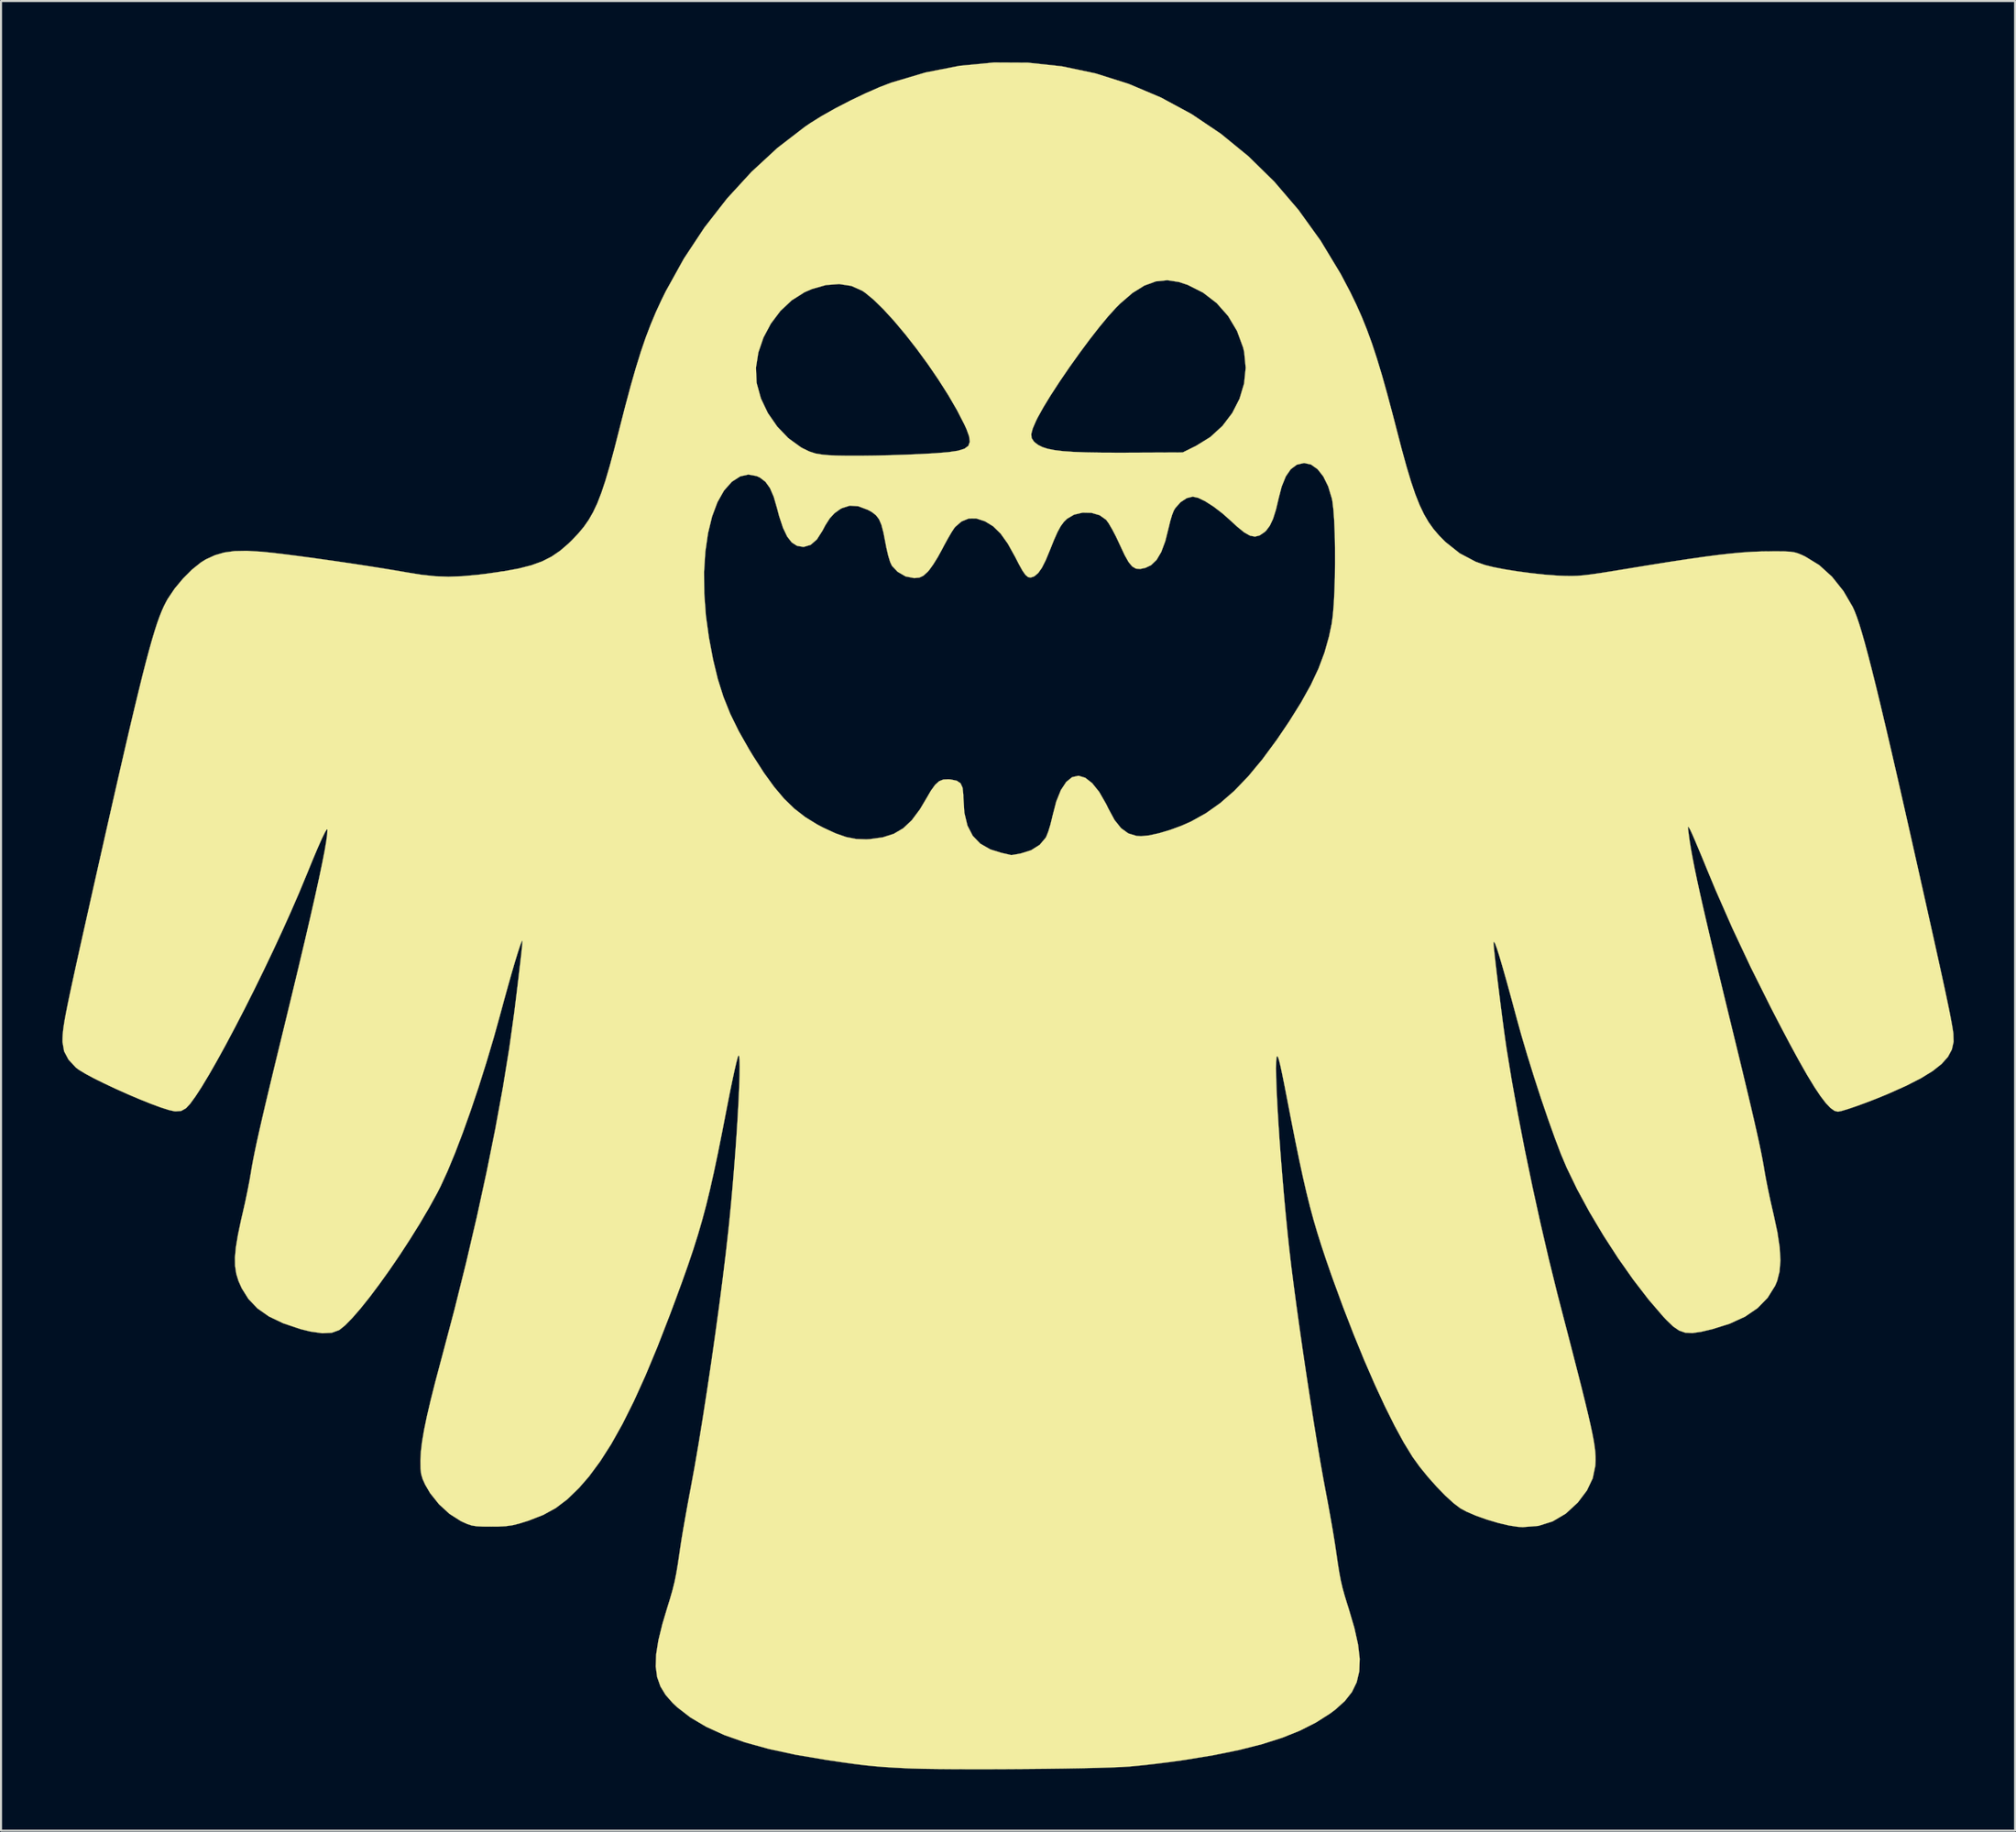
<source format=kicad_pcb>
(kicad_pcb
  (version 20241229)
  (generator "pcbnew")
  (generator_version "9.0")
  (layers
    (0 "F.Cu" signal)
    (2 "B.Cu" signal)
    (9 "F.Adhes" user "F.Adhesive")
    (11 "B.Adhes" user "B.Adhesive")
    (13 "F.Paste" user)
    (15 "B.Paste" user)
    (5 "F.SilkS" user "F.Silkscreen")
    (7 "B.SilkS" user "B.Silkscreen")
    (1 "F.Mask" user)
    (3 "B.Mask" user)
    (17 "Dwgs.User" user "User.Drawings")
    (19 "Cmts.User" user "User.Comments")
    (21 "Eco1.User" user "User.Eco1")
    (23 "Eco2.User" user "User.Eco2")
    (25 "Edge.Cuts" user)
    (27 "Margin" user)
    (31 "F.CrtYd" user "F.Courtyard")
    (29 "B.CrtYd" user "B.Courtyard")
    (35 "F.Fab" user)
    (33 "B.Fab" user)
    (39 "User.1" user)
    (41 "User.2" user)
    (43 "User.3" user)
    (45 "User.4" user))
  (footprint "F.SilkS_g837"
    (layer "F.Cu")
    (at 45.471 43.064)
    (property "Reference" "F.SilkS_g837" (at 0 0 0) (layer "F.SilkS") (effects (font (size 1.524 1.524) (thickness 0.3))))
    (attr through_hole)
    (fp_poly (pts (xy 1.721 -43.05) (xy 3.377 -42.872) (xy 5.019 -42.527) (xy 6.645 -42.013) (xy 8.213 -41.35) (xy 9.715 -40.539) (xy 11.143 -39.578) (xy 12.494 -38.474) (xy 13.76 -37.231) (xy 14.937 -35.856) (xy 16.019 -34.353) (xy 17 -32.73) (xy 17.471 -31.835) (xy 17.764 -31.23) (xy 18.033 -30.626) (xy 18.285 -30) (xy 18.529 -29.331) (xy 18.771 -28.596) (xy 19.02 -27.772) (xy 19.282 -26.838) (xy 19.566 -25.772) (xy 19.72 -25.176) (xy 19.983 -24.166) (xy 20.221 -23.303) (xy 20.441 -22.572) (xy 20.651 -21.953) (xy 20.859 -21.43) (xy 21.072 -20.984) (xy 21.297 -20.598) (xy 21.543 -20.254) (xy 21.817 -19.935) (xy 22.12 -19.629) (xy 22.819 -19.074) (xy 23.6 -18.662) (xy 24.045 -18.504) (xy 24.472 -18.398) (xy 25.024 -18.291) (xy 25.656 -18.19) (xy 26.325 -18.101) (xy 26.986 -18.03) (xy 27.594 -17.985) (xy 27.644 -17.982) (xy 27.979 -17.969) (xy 28.277 -17.965) (xy 28.569 -17.974) (xy 28.885 -18) (xy 29.256 -18.045) (xy 29.712 -18.111) (xy 30.285 -18.202) (xy 30.734 -18.276) (xy 31.944 -18.475) (xy 33.003 -18.644) (xy 33.928 -18.785) (xy 34.736 -18.901) (xy 35.442 -18.993) (xy 36.063 -19.063) (xy 36.614 -19.114) (xy 37.113 -19.147) (xy 37.574 -19.165) (xy 37.846 -19.169) (xy 38.346 -19.171) (xy 38.711 -19.167) (xy 38.979 -19.152) (xy 39.183 -19.121) (xy 39.359 -19.069) (xy 39.544 -18.992) (xy 39.709 -18.914) (xy 40.386 -18.499) (xy 41.011 -17.933) (xy 41.57 -17.231) (xy 42.026 -16.451) (xy 42.121 -16.24) (xy 42.227 -15.964) (xy 42.344 -15.617) (xy 42.474 -15.19) (xy 42.62 -14.678) (xy 42.783 -14.072) (xy 42.965 -13.365) (xy 43.168 -12.551) (xy 43.393 -11.622) (xy 43.642 -10.57) (xy 43.918 -9.389) (xy 44.221 -8.072) (xy 44.554 -6.611) (xy 44.918 -4.998) (xy 45.316 -3.228) (xy 45.327 -3.175) (xy 45.606 -1.932) (xy 45.849 -0.843) (xy 46.06 0.106) (xy 46.241 0.924) (xy 46.395 1.625) (xy 46.524 2.22) (xy 46.63 2.722) (xy 46.718 3.141) (xy 46.788 3.49) (xy 46.843 3.781) (xy 46.887 4.025) (xy 46.921 4.235) (xy 46.943 4.387) (xy 46.956 4.794) (xy 46.871 5.174) (xy 46.679 5.533) (xy 46.369 5.881) (xy 45.933 6.226) (xy 45.36 6.578) (xy 44.642 6.945) (xy 43.769 7.335) (xy 43.646 7.387) (xy 43.15 7.589) (xy 42.657 7.779) (xy 42.196 7.947) (xy 41.798 8.082) (xy 41.492 8.174) (xy 41.31 8.212) (xy 41.298 8.213) (xy 41.133 8.169) (xy 40.94 8.032) (xy 40.715 7.796) (xy 40.452 7.453) (xy 40.147 6.995) (xy 39.795 6.416) (xy 39.393 5.709) (xy 38.934 4.865) (xy 38.415 3.879) (xy 38.03 3.133) (xy 37.039 1.148) (xy 36.142 -0.76) (xy 35.317 -2.637) (xy 34.889 -3.667) (xy 34.679 -4.179) (xy 34.482 -4.65) (xy 34.312 -5.053) (xy 34.178 -5.36) (xy 34.093 -5.546) (xy 34.079 -5.572) (xy 34.003 -5.702) (xy 33.974 -5.711) (xy 33.981 -5.582) (xy 34.001 -5.419) (xy 34.049 -5.062) (xy 34.113 -4.663) (xy 34.195 -4.21) (xy 34.296 -3.692) (xy 34.42 -3.097) (xy 34.569 -2.415) (xy 34.746 -1.634) (xy 34.953 -0.743) (xy 35.191 0.269) (xy 35.465 1.412) (xy 35.776 2.7) (xy 36.076 3.931) (xy 36.371 5.143) (xy 36.629 6.205) (xy 36.85 7.129) (xy 37.04 7.929) (xy 37.201 8.618) (xy 37.335 9.21) (xy 37.447 9.717) (xy 37.539 10.154) (xy 37.613 10.534) (xy 37.674 10.869) (xy 37.714 11.109) (xy 37.784 11.5) (xy 37.883 11.997) (xy 37.999 12.545) (xy 38.122 13.086) (xy 38.155 13.226) (xy 38.344 14.104) (xy 38.456 14.85) (xy 38.491 15.483) (xy 38.449 16.022) (xy 38.332 16.486) (xy 38.232 16.722) (xy 37.865 17.31) (xy 37.378 17.81) (xy 36.763 18.23) (xy 36.008 18.576) (xy 35.172 18.838) (xy 34.621 18.969) (xy 34.191 19.031) (xy 33.844 19.014) (xy 33.542 18.909) (xy 33.249 18.708) (xy 32.927 18.399) (xy 32.774 18.237) (xy 32.047 17.391) (xy 31.301 16.422) (xy 30.556 15.363) (xy 29.837 14.252) (xy 29.164 13.122) (xy 28.56 12.009) (xy 28.047 10.948) (xy 27.767 10.287) (xy 27.462 9.483) (xy 27.131 8.556) (xy 26.788 7.549) (xy 26.448 6.502) (xy 26.124 5.459) (xy 25.829 4.461) (xy 25.613 3.683) (xy 25.342 2.678) (xy 25.11 1.834) (xy 24.915 1.148) (xy 24.758 0.615) (xy 24.636 0.233) (xy 24.548 -0.003) (xy 24.494 -0.095) (xy 24.472 -0.048) (xy 24.471 -0.038) (xy 24.48 0.108) (xy 24.508 0.396) (xy 24.552 0.801) (xy 24.609 1.296) (xy 24.676 1.854) (xy 24.75 2.452) (xy 24.826 3.061) (xy 24.903 3.658) (xy 24.977 4.215) (xy 25.045 4.707) (xy 25.103 5.108) (xy 25.112 5.165) (xy 25.364 6.698) (xy 25.663 8.353) (xy 26.001 10.09) (xy 26.37 11.87) (xy 26.762 13.654) (xy 27.168 15.402) (xy 27.581 17.077) (xy 27.73 17.653) (xy 28.051 18.887) (xy 28.331 19.969) (xy 28.573 20.911) (xy 28.78 21.725) (xy 28.953 22.423) (xy 29.096 23.017) (xy 29.21 23.518) (xy 29.3 23.939) (xy 29.367 24.291) (xy 29.413 24.586) (xy 29.442 24.837) (xy 29.456 25.055) (xy 29.458 25.251) (xy 29.45 25.438) (xy 29.444 25.521) (xy 29.318 26.13) (xy 29.038 26.72) (xy 28.595 27.307) (xy 28.583 27.321) (xy 27.999 27.858) (xy 27.358 28.236) (xy 26.66 28.455) (xy 25.903 28.514) (xy 25.666 28.501) (xy 25.224 28.434) (xy 24.7 28.31) (xy 24.145 28.145) (xy 23.61 27.955) (xy 23.148 27.757) (xy 22.848 27.594) (xy 22.514 27.34) (xy 22.117 26.977) (xy 21.689 26.537) (xy 21.259 26.054) (xy 20.858 25.559) (xy 20.517 25.086) (xy 20.501 25.061) (xy 20.084 24.381) (xy 19.633 23.553) (xy 19.155 22.594) (xy 18.658 21.519) (xy 18.148 20.345) (xy 17.634 19.088) (xy 17.121 17.765) (xy 16.618 16.392) (xy 16.519 16.112) (xy 16.275 15.408) (xy 16.057 14.751) (xy 15.859 14.121) (xy 15.675 13.495) (xy 15.501 12.851) (xy 15.331 12.167) (xy 15.159 11.421) (xy 14.98 10.593) (xy 14.788 9.659) (xy 14.578 8.597) (xy 14.389 7.62) (xy 14.254 6.928) (xy 14.146 6.39) (xy 14.061 5.991) (xy 13.995 5.719) (xy 13.944 5.559) (xy 13.907 5.499) (xy 13.878 5.523) (xy 13.871 5.546) (xy 13.848 5.741) (xy 13.84 6.087) (xy 13.848 6.568) (xy 13.87 7.167) (xy 13.904 7.866) (xy 13.95 8.65) (xy 14.006 9.5) (xy 14.072 10.4) (xy 14.146 11.333) (xy 14.227 12.283) (xy 14.314 13.231) (xy 14.406 14.162) (xy 14.485 14.901) (xy 14.578 15.701) (xy 14.696 16.629) (xy 14.833 17.656) (xy 14.986 18.755) (xy 15.151 19.9) (xy 15.324 21.062) (xy 15.5 22.214) (xy 15.675 23.329) (xy 15.846 24.38) (xy 16.008 25.34) (xy 16.157 26.179) (xy 16.262 26.74) (xy 16.38 27.361) (xy 16.499 28.019) (xy 16.611 28.66) (xy 16.705 29.235) (xy 16.77 29.662) (xy 16.857 30.261) (xy 16.933 30.735) (xy 17.008 31.131) (xy 17.092 31.493) (xy 17.195 31.865) (xy 17.326 32.292) (xy 17.396 32.512) (xy 17.671 33.445) (xy 17.85 34.253) (xy 17.931 34.953) (xy 17.909 35.562) (xy 17.783 36.097) (xy 17.549 36.576) (xy 17.204 37.014) (xy 16.744 37.429) (xy 16.475 37.63) (xy 15.788 38.066) (xy 15.014 38.458) (xy 14.14 38.809) (xy 13.152 39.123) (xy 12.037 39.406) (xy 10.782 39.661) (xy 9.373 39.893) (xy 9.229 39.914) (xy 8.64 39.995) (xy 8.007 40.074) (xy 7.392 40.145) (xy 6.854 40.199) (xy 6.646 40.217) (xy 6.262 40.24) (xy 5.732 40.261) (xy 5.076 40.281) (xy 4.319 40.298) (xy 3.481 40.313) (xy 2.587 40.325) (xy 1.657 40.334) (xy 0.715 40.341) (xy -0.217 40.345) (xy -1.117 40.345) (xy -1.962 40.342) (xy -2.73 40.335) (xy -3.399 40.325) (xy -3.946 40.311) (xy -4.191 40.301) (xy -4.783 40.271) (xy -5.293 40.24) (xy -5.76 40.202) (xy -6.225 40.155) (xy -6.727 40.093) (xy -7.308 40.013) (xy -8.007 39.911) (xy -8.17 39.886) (xy -9.637 39.638) (xy -10.946 39.355) (xy -12.105 39.035) (xy -13.124 38.675) (xy -14.011 38.27) (xy -14.774 37.819) (xy -15.423 37.318) (xy -15.646 37.108) (xy -15.991 36.715) (xy -16.244 36.299) (xy -16.404 35.843) (xy -16.473 35.328) (xy -16.453 34.737) (xy -16.344 34.05) (xy -16.148 33.25) (xy -15.928 32.512) (xy -15.772 32.008) (xy -15.65 31.581) (xy -15.552 31.185) (xy -15.469 30.772) (xy -15.389 30.296) (xy -15.302 29.709) (xy -15.279 29.549) (xy -15.221 29.17) (xy -15.138 28.666) (xy -15.035 28.078) (xy -14.922 27.447) (xy -14.804 26.814) (xy -14.768 26.628) (xy -14.579 25.601) (xy -14.379 24.437) (xy -14.172 23.167) (xy -13.963 21.822) (xy -13.756 20.435) (xy -13.556 19.036) (xy -13.367 17.657) (xy -13.195 16.33) (xy -13.043 15.085) (xy -12.916 13.953) (xy -12.874 13.547) (xy -12.789 12.671) (xy -12.71 11.782) (xy -12.637 10.894) (xy -12.571 10.023) (xy -12.513 9.184) (xy -12.464 8.392) (xy -12.424 7.664) (xy -12.395 7.013) (xy -12.377 6.456) (xy -12.371 6.007) (xy -12.378 5.682) (xy -12.398 5.496) (xy -12.431 5.461) (xy -12.469 5.563) (xy -12.534 5.81) (xy -12.62 6.18) (xy -12.722 6.653) (xy -12.837 7.206) (xy -12.958 7.818) (xy -12.994 8.001) (xy -13.225 9.19) (xy -13.435 10.238) (xy -13.632 11.169) (xy -13.821 12.009) (xy -14.009 12.783) (xy -14.205 13.515) (xy -14.414 14.232) (xy -14.643 14.959) (xy -14.9 15.72) (xy -15.192 16.542) (xy -15.525 17.448) (xy -15.791 18.161) (xy -16.397 19.721) (xy -16.981 21.122) (xy -17.548 22.373) (xy -18.103 23.482) (xy -18.65 24.458) (xy -19.194 25.308) (xy -19.738 26.043) (xy -20.219 26.596) (xy -20.791 27.152) (xy -21.358 27.582) (xy -21.971 27.919) (xy -22.681 28.196) (xy -22.725 28.211) (xy -23.144 28.341) (xy -23.481 28.424) (xy -23.803 28.469) (xy -24.179 28.488) (xy -24.513 28.49) (xy -24.933 28.487) (xy -25.234 28.472) (xy -25.464 28.435) (xy -25.675 28.367) (xy -25.914 28.26) (xy -26.008 28.214) (xy -26.551 27.869) (xy -27.063 27.401) (xy -27.499 26.856) (xy -27.741 26.441) (xy -27.864 26.168) (xy -27.936 25.929) (xy -27.968 25.66) (xy -27.973 25.296) (xy -27.972 25.231) (xy -27.95 24.821) (xy -27.892 24.34) (xy -27.796 23.772) (xy -27.658 23.104) (xy -27.475 22.321) (xy -27.245 21.409) (xy -26.964 20.352) (xy -26.921 20.193) (xy -26.313 17.897) (xy -25.744 15.614) (xy -25.219 13.367) (xy -24.741 11.173) (xy -24.314 9.054) (xy -23.943 7.028) (xy -23.632 5.117) (xy -23.384 3.338) (xy -23.369 3.217) (xy -23.257 2.303) (xy -23.166 1.549) (xy -23.095 0.944) (xy -23.042 0.481) (xy -23.008 0.15) (xy -22.991 -0.057) (xy -22.99 -0.15) (xy -22.992 -0.156) (xy -23.031 -0.098) (xy -23.107 0.106) (xy -23.216 0.44) (xy -23.353 0.887) (xy -23.512 1.429) (xy -23.688 2.049) (xy -23.877 2.731) (xy -24.043 3.344) (xy -24.386 4.58) (xy -24.751 5.808) (xy -25.13 7.009) (xy -25.517 8.16) (xy -25.903 9.242) (xy -26.281 10.232) (xy -26.644 11.109) (xy -26.985 11.854) (xy -27.155 12.19) (xy -27.557 12.919) (xy -28.003 13.677) (xy -28.481 14.445) (xy -28.977 15.207) (xy -29.48 15.944) (xy -29.978 16.639) (xy -30.456 17.276) (xy -30.904 17.835) (xy -31.308 18.3) (xy -31.655 18.654) (xy -31.934 18.878) (xy -31.951 18.888) (xy -32.304 19.017) (xy -32.771 19.04) (xy -33.359 18.956) (xy -33.836 18.837) (xy -34.681 18.553) (xy -35.376 18.221) (xy -35.937 17.828) (xy -36.378 17.366) (xy -36.701 16.852) (xy -36.863 16.493) (xy -36.973 16.137) (xy -37.031 15.758) (xy -37.038 15.333) (xy -36.992 14.834) (xy -36.893 14.238) (xy -36.741 13.518) (xy -36.651 13.13) (xy -36.538 12.629) (xy -36.426 12.092) (xy -36.328 11.59) (xy -36.272 11.267) (xy -36.216 10.932) (xy -36.149 10.568) (xy -36.068 10.162) (xy -35.97 9.698) (xy -35.851 9.163) (xy -35.709 8.542) (xy -35.54 7.82) (xy -35.341 6.984) (xy -35.109 6.02) (xy -34.839 4.911) (xy -34.705 4.36) (xy -34.305 2.715) (xy -33.948 1.23) (xy -33.632 -0.099) (xy -33.358 -1.276) (xy -33.124 -2.304) (xy -32.93 -3.188) (xy -32.774 -3.932) (xy -32.655 -4.538) (xy -32.574 -5.012) (xy -32.529 -5.356) (xy -32.518 -5.575) (xy -32.518 -5.575) (xy -32.551 -5.585) (xy -32.64 -5.44) (xy -32.784 -5.146) (xy -32.979 -4.708) (xy -33.224 -4.13) (xy -33.516 -3.417) (xy -33.546 -3.344) (xy -33.907 -2.474) (xy -34.305 -1.558) (xy -34.732 -0.609) (xy -35.18 0.356) (xy -35.643 1.325) (xy -36.112 2.283) (xy -36.581 3.215) (xy -37.043 4.107) (xy -37.488 4.946) (xy -37.912 5.716) (xy -38.305 6.403) (xy -38.66 6.994) (xy -38.971 7.473) (xy -39.229 7.827) (xy -39.428 8.041) (xy -39.441 8.051) (xy -39.667 8.176) (xy -39.937 8.196) (xy -40.005 8.19) (xy -40.278 8.129) (xy -40.671 8.003) (xy -41.155 7.824) (xy -41.702 7.604) (xy -42.281 7.358) (xy -42.866 7.096) (xy -43.426 6.833) (xy -43.933 6.582) (xy -44.358 6.353) (xy -44.673 6.162) (xy -44.809 6.059) (xy -45.174 5.666) (xy -45.387 5.262) (xy -45.465 4.816) (xy -45.466 4.751) (xy -45.463 4.595) (xy -45.454 4.428) (xy -45.436 4.24) (xy -45.406 4.016) (xy -45.362 3.744) (xy -45.301 3.413) (xy -45.221 3.008) (xy -45.119 2.517) (xy -44.993 1.929) (xy -44.841 1.229) (xy -44.659 0.406) (xy -44.445 -0.553) (xy -44.197 -1.66) (xy -44.114 -2.032) (xy -43.712 -3.819) (xy -43.344 -5.448) (xy -43.009 -6.929) (xy -42.703 -8.268) (xy -42.426 -9.473) (xy -42.174 -10.554) (xy -41.946 -11.517) (xy -41.739 -12.371) (xy -41.553 -13.124) (xy -41.384 -13.784) (xy -41.23 -14.359) (xy -41.09 -14.856) (xy -40.961 -15.285) (xy -40.842 -15.654) (xy -40.73 -15.969) (xy -40.623 -16.239) (xy -40.52 -16.473) (xy -40.417 -16.678) (xy -40.325 -16.844) (xy -39.987 -17.347) (xy -39.577 -17.839) (xy -39.136 -18.28) (xy -38.701 -18.629) (xy -38.461 -18.777) (xy -38.019 -18.98) (xy -37.564 -19.113) (xy -37.059 -19.183) (xy -36.467 -19.195) (xy -35.751 -19.153) (xy -35.698 -19.148) (xy -35.216 -19.099) (xy -34.598 -19.026) (xy -33.874 -18.933) (xy -33.076 -18.825) (xy -32.233 -18.706) (xy -31.378 -18.581) (xy -30.539 -18.453) (xy -29.749 -18.328) (xy -29.037 -18.21) (xy -28.66 -18.144) (xy -27.914 -18.024) (xy -27.247 -17.953) (xy -26.604 -17.93) (xy -25.932 -17.954) (xy -25.176 -18.023) (xy -24.765 -18.073) (xy -24.097 -18.168) (xy -14.112 -18.168) (xy -14.103 -17.12) (xy -14.022 -16.024) (xy -13.874 -14.954) (xy -13.671 -13.878) (xy -13.44 -12.927) (xy -13.165 -12.057) (xy -12.83 -11.224) (xy -12.418 -10.384) (xy -11.912 -9.494) (xy -11.726 -9.187) (xy -11.189 -8.352) (xy -10.685 -7.656) (xy -10.195 -7.076) (xy -9.696 -6.593) (xy -9.168 -6.184) (xy -8.59 -5.827) (xy -8.292 -5.67) (xy -7.685 -5.389) (xy -7.162 -5.207) (xy -6.678 -5.113) (xy -6.189 -5.096) (xy -6.016 -5.105) (xy -5.38 -5.193) (xy -4.841 -5.365) (xy -4.375 -5.639) (xy -3.957 -6.034) (xy -3.561 -6.565) (xy -3.27 -7.054) (xy -3.024 -7.476) (xy -2.817 -7.763) (xy -2.622 -7.937) (xy -2.414 -8.019) (xy -2.164 -8.03) (xy -2.057 -8.02) (xy -1.763 -7.96) (xy -1.578 -7.837) (xy -1.478 -7.621) (xy -1.441 -7.28) (xy -1.439 -7.142) (xy -1.39 -6.39) (xy -1.24 -5.768) (xy -0.981 -5.268) (xy -0.609 -4.883) (xy -0.117 -4.603) (xy 0.423 -4.435) (xy 0.678 -4.378) (xy 0.851 -4.338) (xy 0.899 -4.325) (xy 0.979 -4.336) (xy 1.178 -4.37) (xy 1.362 -4.404) (xy 1.874 -4.565) (xy 2.29 -4.827) (xy 2.582 -5.171) (xy 2.613 -5.228) (xy 2.709 -5.468) (xy 2.813 -5.806) (xy 2.904 -6.175) (xy 2.913 -6.219) (xy 3.1 -6.942) (xy 3.327 -7.503) (xy 3.588 -7.9) (xy 3.877 -8.134) (xy 4.189 -8.203) (xy 4.517 -8.105) (xy 4.856 -7.842) (xy 5.201 -7.411) (xy 5.544 -6.812) (xy 5.645 -6.604) (xy 5.947 -6.044) (xy 6.268 -5.642) (xy 6.622 -5.386) (xy 7.023 -5.264) (xy 7.243 -5.249) (xy 7.632 -5.288) (xy 8.122 -5.395) (xy 8.666 -5.557) (xy 9.217 -5.759) (xy 9.695 -5.971) (xy 10.417 -6.374) (xy 11.113 -6.866) (xy 11.795 -7.459) (xy 12.477 -8.167) (xy 13.171 -9.002) (xy 13.889 -9.976) (xy 14.482 -10.853) (xy 15.066 -11.787) (xy 15.54 -12.638) (xy 15.916 -13.438) (xy 16.209 -14.219) (xy 16.433 -15.011) (xy 16.561 -15.625) (xy 16.617 -16.037) (xy 16.662 -16.573) (xy 16.695 -17.202) (xy 16.717 -17.893) (xy 16.726 -18.616) (xy 16.724 -19.339) (xy 16.711 -20.031) (xy 16.685 -20.661) (xy 16.647 -21.198) (xy 16.598 -21.611) (xy 16.572 -21.747) (xy 16.392 -22.343) (xy 16.155 -22.826) (xy 15.873 -23.185) (xy 15.556 -23.41) (xy 15.217 -23.488) (xy 14.867 -23.409) (xy 14.858 -23.404) (xy 14.564 -23.187) (xy 14.319 -22.834) (xy 14.117 -22.334) (xy 13.977 -21.793) (xy 13.836 -21.202) (xy 13.694 -20.754) (xy 13.538 -20.424) (xy 13.36 -20.185) (xy 13.277 -20.108) (xy 13.041 -19.949) (xy 12.812 -19.89) (xy 12.565 -19.939) (xy 12.276 -20.104) (xy 11.923 -20.393) (xy 11.682 -20.617) (xy 11.236 -21.014) (xy 10.795 -21.353) (xy 10.386 -21.615) (xy 10.035 -21.785) (xy 9.772 -21.844) (xy 9.475 -21.77) (xy 9.175 -21.572) (xy 8.921 -21.288) (xy 8.844 -21.16) (xy 8.762 -20.952) (xy 8.671 -20.646) (xy 8.598 -20.344) (xy 8.427 -19.663) (xy 8.231 -19.137) (xy 8.004 -18.753) (xy 7.736 -18.496) (xy 7.46 -18.365) (xy 7.205 -18.31) (xy 6.996 -18.326) (xy 6.814 -18.432) (xy 6.637 -18.644) (xy 6.447 -18.981) (xy 6.223 -19.46) (xy 6.216 -19.474) (xy 6.028 -19.876) (xy 5.836 -20.244) (xy 5.665 -20.537) (xy 5.538 -20.712) (xy 5.223 -20.935) (xy 4.824 -21.052) (xy 4.391 -21.063) (xy 3.973 -20.964) (xy 3.634 -20.767) (xy 3.468 -20.604) (xy 3.316 -20.396) (xy 3.162 -20.114) (xy 2.989 -19.726) (xy 2.804 -19.262) (xy 2.588 -18.741) (xy 2.398 -18.365) (xy 2.22 -18.112) (xy 2.042 -17.961) (xy 1.992 -17.935) (xy 1.851 -17.891) (xy 1.726 -17.912) (xy 1.599 -18.016) (xy 1.452 -18.224) (xy 1.269 -18.553) (xy 1.092 -18.899) (xy 0.735 -19.543) (xy 0.383 -20.036) (xy 0.016 -20.395) (xy -0.382 -20.639) (xy -0.817 -20.78) (xy -1.172 -20.776) (xy -1.528 -20.631) (xy -1.836 -20.367) (xy -1.883 -20.308) (xy -2.014 -20.108) (xy -2.191 -19.806) (xy -2.386 -19.451) (xy -2.491 -19.249) (xy -2.693 -18.881) (xy -2.908 -18.536) (xy -3.101 -18.265) (xy -3.183 -18.17) (xy -3.397 -17.977) (xy -3.59 -17.887) (xy -3.841 -17.865) (xy -3.844 -17.865) (xy -4.262 -17.945) (xy -4.652 -18.172) (xy -4.927 -18.46) (xy -5.016 -18.648) (xy -5.113 -18.966) (xy -5.207 -19.375) (xy -5.244 -19.571) (xy -5.344 -20.086) (xy -5.443 -20.465) (xy -5.559 -20.737) (xy -5.709 -20.935) (xy -5.908 -21.089) (xy -6.11 -21.2) (xy -6.578 -21.376) (xy -6.991 -21.402) (xy -7.376 -21.28) (xy -7.465 -21.23) (xy -7.739 -21.032) (xy -7.967 -20.785) (xy -8.185 -20.445) (xy -8.325 -20.18) (xy -8.599 -19.751) (xy -8.902 -19.488) (xy -9.236 -19.389) (xy -9.271 -19.389) (xy -9.567 -19.44) (xy -9.824 -19.604) (xy -10.049 -19.892) (xy -10.252 -20.317) (xy -10.442 -20.891) (xy -10.54 -21.262) (xy -10.706 -21.835) (xy -10.891 -22.263) (xy -11.109 -22.567) (xy -11.375 -22.772) (xy -11.542 -22.849) (xy -11.948 -22.924) (xy -12.346 -22.834) (xy -12.746 -22.577) (xy -12.756 -22.569) (xy -13.137 -22.141) (xy -13.46 -21.569) (xy -13.721 -20.87) (xy -13.918 -20.059) (xy -14.049 -19.153) (xy -14.112 -18.168) (xy -24.097 -18.168) (xy -23.89 -18.197) (xy -23.158 -18.334) (xy -22.544 -18.492) (xy -22.021 -18.682) (xy -21.564 -18.914) (xy -21.148 -19.198) (xy -20.745 -19.544) (xy -20.567 -19.718) (xy -20.26 -20.041) (xy -19.99 -20.364) (xy -19.751 -20.706) (xy -19.534 -21.084) (xy -19.33 -21.517) (xy -19.133 -22.025) (xy -18.933 -22.624) (xy -18.724 -23.335) (xy -18.497 -24.176) (xy -18.257 -25.116) (xy -17.965 -26.259) (xy -17.697 -27.257) (xy -17.446 -28.134) (xy -17.441 -28.15) (xy -11.575 -28.15) (xy -11.546 -27.429) (xy -11.537 -27.377) (xy -11.334 -26.641) (xy -10.993 -25.927) (xy -10.537 -25.269) (xy -9.993 -24.701) (xy -9.384 -24.259) (xy -9.288 -24.206) (xy -8.966 -24.05) (xy -8.668 -23.953) (xy -8.319 -23.895) (xy -8.043 -23.87) (xy -7.642 -23.851) (xy -7.105 -23.842) (xy -6.463 -23.842) (xy -5.749 -23.851) (xy -4.996 -23.869) (xy -4.236 -23.894) (xy -3.501 -23.926) (xy -2.823 -23.964) (xy -2.794 -23.966) (xy -2.172 -24.017) (xy -1.707 -24.086) (xy -1.385 -24.185) (xy -1.195 -24.327) (xy -1.124 -24.525) (xy -1.158 -24.792) (xy -1.198 -24.903) (xy 1.879 -24.903) (xy 1.897 -24.706) (xy 2.002 -24.544) (xy 2.053 -24.494) (xy 2.216 -24.37) (xy 2.42 -24.267) (xy 2.68 -24.183) (xy 3.011 -24.117) (xy 3.428 -24.066) (xy 3.946 -24.03) (xy 4.58 -24.006) (xy 5.346 -23.993) (xy 6.258 -23.99) (xy 6.778 -23.992) (xy 9.28 -24.003) (xy 9.937 -24.328) (xy 10.631 -24.757) (xy 11.222 -25.298) (xy 11.701 -25.928) (xy 12.058 -26.626) (xy 12.281 -27.37) (xy 12.36 -28.138) (xy 12.286 -28.909) (xy 12.236 -29.125) (xy 11.935 -29.942) (xy 11.499 -30.672) (xy 10.942 -31.301) (xy 10.278 -31.812) (xy 9.522 -32.193) (xy 9.1 -32.333) (xy 8.531 -32.421) (xy 7.969 -32.364) (xy 7.404 -32.157) (xy 6.824 -31.796) (xy 6.22 -31.275) (xy 6.023 -31.078) (xy 5.638 -30.654) (xy 5.196 -30.12) (xy 4.717 -29.505) (xy 4.222 -28.837) (xy 3.729 -28.146) (xy 3.26 -27.458) (xy 2.833 -26.803) (xy 2.47 -26.209) (xy 2.19 -25.704) (xy 2.111 -25.544) (xy 1.95 -25.171) (xy 1.879 -24.903) (xy -1.198 -24.903) (xy -1.285 -25.141) (xy -1.395 -25.381) (xy -1.747 -26.065) (xy -2.171 -26.797) (xy -2.653 -27.554) (xy -3.174 -28.317) (xy -3.72 -29.064) (xy -4.274 -29.773) (xy -4.82 -30.424) (xy -5.342 -30.995) (xy -5.823 -31.466) (xy -6.248 -31.815) (xy -6.38 -31.904) (xy -6.91 -32.141) (xy -7.509 -32.233) (xy -8.159 -32.183) (xy -8.839 -31.99) (xy -9.205 -31.831) (xy -9.828 -31.437) (xy -10.381 -30.918) (xy -10.846 -30.301) (xy -11.211 -29.615) (xy -11.459 -28.888) (xy -11.575 -28.15) (xy -17.441 -28.15) (xy -17.205 -28.911) (xy -16.966 -29.611) (xy -16.721 -30.255) (xy -16.464 -30.867) (xy -16.186 -31.468) (xy -15.986 -31.873) (xy -15.097 -33.476) (xy -14.094 -34.993) (xy -12.989 -36.411) (xy -11.795 -37.713) (xy -10.526 -38.885) (xy -9.192 -39.912) (xy -8.932 -40.09) (xy -8.368 -40.442) (xy -7.694 -40.821) (xy -6.962 -41.2) (xy -6.222 -41.554) (xy -5.524 -41.86) (xy -4.965 -42.074) (xy -3.292 -42.571) (xy -1.618 -42.899) (xy 0.055 -43.059) (xy 1.721 -43.05)) (stroke (width 0.01) (type solid)) (fill yes) (layer "F.SilkS")))
  (gr_rect
    (start -3 -3)
    (end 95.432 86.414)
    (stroke (width 0.1) (type default))
    (fill no)
    (layer "Edge.Cuts")))
</source>
